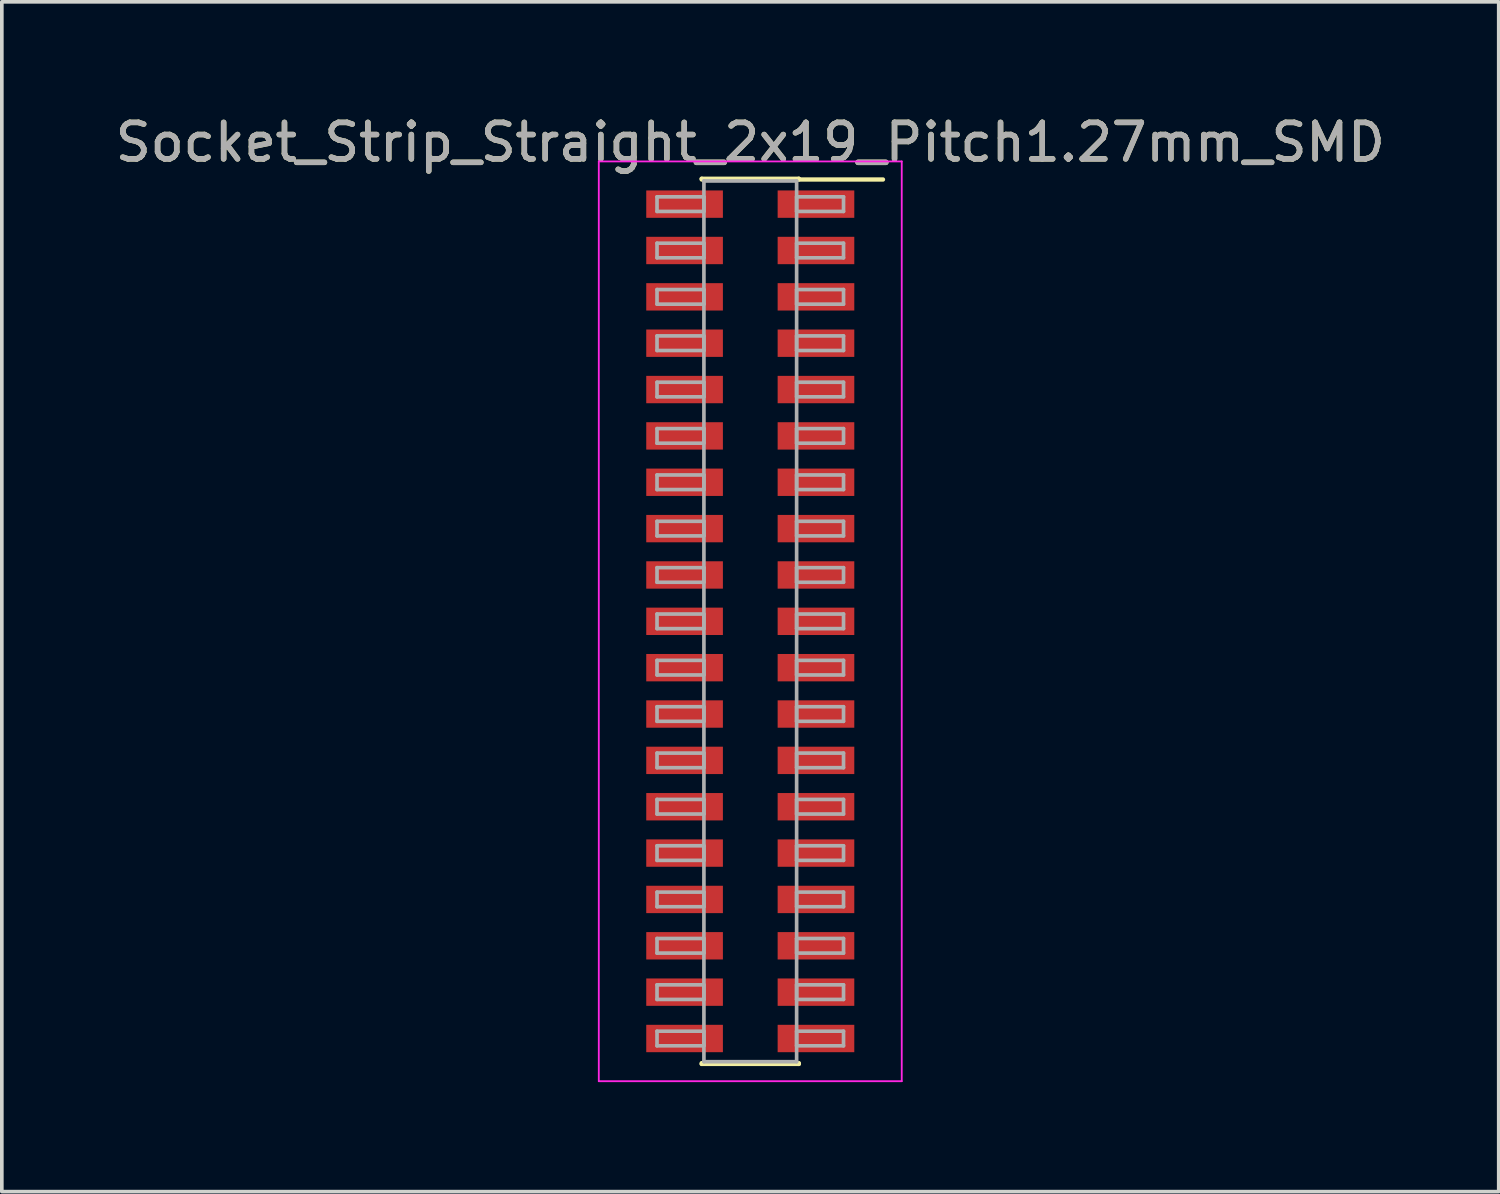
<source format=kicad_pcb>
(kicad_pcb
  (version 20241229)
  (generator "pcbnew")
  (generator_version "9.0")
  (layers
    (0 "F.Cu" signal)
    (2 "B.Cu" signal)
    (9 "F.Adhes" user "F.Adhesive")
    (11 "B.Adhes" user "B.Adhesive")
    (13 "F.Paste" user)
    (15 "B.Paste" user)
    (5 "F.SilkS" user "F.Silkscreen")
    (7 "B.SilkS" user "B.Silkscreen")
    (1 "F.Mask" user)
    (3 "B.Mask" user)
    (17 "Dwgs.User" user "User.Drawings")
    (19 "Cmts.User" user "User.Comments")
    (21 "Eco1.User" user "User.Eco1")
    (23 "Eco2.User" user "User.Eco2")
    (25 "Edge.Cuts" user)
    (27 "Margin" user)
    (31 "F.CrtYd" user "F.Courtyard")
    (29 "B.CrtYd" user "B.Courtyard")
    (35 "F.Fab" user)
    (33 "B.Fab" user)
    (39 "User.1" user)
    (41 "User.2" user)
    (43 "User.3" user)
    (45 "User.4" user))
  (footprint "Socket_Strip_Straight_2x19_Pitch1.27mm_SMD"
    (layer "F.Cu")
    (at 17.506 13.973)
    (property "Reference" "Socket_Strip_Straight_2x19_Pitch1.27mm_SMD" (at 0 -13.125 0) (layer "F.SilkS") (effects (font (size 1 1) (thickness 0.15))))
    (attr smd)
    (fp_line (start -1.33 -12.125) (end 1.33 -12.125) (stroke (width 0.12) (type solid)) (layer "F.SilkS"))
    (fp_line (start -1.33 -12.105) (end -1.33 -12.125) (stroke (width 0.12) (type solid)) (layer "F.SilkS"))
    (fp_line (start -1.33 12.105) (end -1.33 12.125) (stroke (width 0.12) (type solid)) (layer "F.SilkS"))
    (fp_line (start -1.33 12.125) (end 1.33 12.125) (stroke (width 0.12) (type solid)) (layer "F.SilkS"))
    (fp_line (start 1.33 -12.125) (end 1.33 -12.105) (stroke (width 0.12) (type solid)) (layer "F.SilkS"))
    (fp_line (start 1.33 12.125) (end 1.33 12.105) (stroke (width 0.12) (type solid)) (layer "F.SilkS"))
    (fp_line (start 3.635 -12.105) (end 1.33 -12.105) (stroke (width 0.12) (type solid)) (layer "F.SilkS"))
    (fp_line (start -4.15 -12.6) (end -4.15 12.6) (stroke (width 0.05) (type solid)) (layer "F.CrtYd"))
    (fp_line (start -4.15 12.6) (end 4.15 12.6) (stroke (width 0.05) (type solid)) (layer "F.CrtYd"))
    (fp_line (start 4.15 -12.6) (end -4.15 -12.6) (stroke (width 0.05) (type solid)) (layer "F.CrtYd"))
    (fp_line (start 4.15 12.6) (end 4.15 -12.6) (stroke (width 0.05) (type solid)) (layer "F.CrtYd"))
    (fp_line (start -2.555 -11.63) (end -1.27 -11.63) (stroke (width 0.1) (type solid)) (layer "F.Fab"))
    (fp_line (start -2.555 -11.23) (end -2.555 -11.63) (stroke (width 0.1) (type solid)) (layer "F.Fab"))
    (fp_line (start -2.555 -10.36) (end -1.27 -10.36) (stroke (width 0.1) (type solid)) (layer "F.Fab"))
    (fp_line (start -2.555 -9.96) (end -2.555 -10.36) (stroke (width 0.1) (type solid)) (layer "F.Fab"))
    (fp_line (start -2.555 -9.09) (end -1.27 -9.09) (stroke (width 0.1) (type solid)) (layer "F.Fab"))
    (fp_line (start -2.555 -8.69) (end -2.555 -9.09) (stroke (width 0.1) (type solid)) (layer "F.Fab"))
    (fp_line (start -2.555 -7.82) (end -1.27 -7.82) (stroke (width 0.1) (type solid)) (layer "F.Fab"))
    (fp_line (start -2.555 -7.42) (end -2.555 -7.82) (stroke (width 0.1) (type solid)) (layer "F.Fab"))
    (fp_line (start -2.555 -6.55) (end -1.27 -6.55) (stroke (width 0.1) (type solid)) (layer "F.Fab"))
    (fp_line (start -2.555 -6.15) (end -2.555 -6.55) (stroke (width 0.1) (type solid)) (layer "F.Fab"))
    (fp_line (start -2.555 -5.28) (end -1.27 -5.28) (stroke (width 0.1) (type solid)) (layer "F.Fab"))
    (fp_line (start -2.555 -4.88) (end -2.555 -5.28) (stroke (width 0.1) (type solid)) (layer "F.Fab"))
    (fp_line (start -2.555 -4.01) (end -1.27 -4.01) (stroke (width 0.1) (type solid)) (layer "F.Fab"))
    (fp_line (start -2.555 -3.61) (end -2.555 -4.01) (stroke (width 0.1) (type solid)) (layer "F.Fab"))
    (fp_line (start -2.555 -2.74) (end -1.27 -2.74) (stroke (width 0.1) (type solid)) (layer "F.Fab"))
    (fp_line (start -2.555 -2.34) (end -2.555 -2.74) (stroke (width 0.1) (type solid)) (layer "F.Fab"))
    (fp_line (start -2.555 -1.47) (end -1.27 -1.47) (stroke (width 0.1) (type solid)) (layer "F.Fab"))
    (fp_line (start -2.555 -1.07) (end -2.555 -1.47) (stroke (width 0.1) (type solid)) (layer "F.Fab"))
    (fp_line (start -2.555 -0.2) (end -1.27 -0.2) (stroke (width 0.1) (type solid)) (layer "F.Fab"))
    (fp_line (start -2.555 0.2) (end -2.555 -0.2) (stroke (width 0.1) (type solid)) (layer "F.Fab"))
    (fp_line (start -2.555 1.07) (end -1.27 1.07) (stroke (width 0.1) (type solid)) (layer "F.Fab"))
    (fp_line (start -2.555 1.47) (end -2.555 1.07) (stroke (width 0.1) (type solid)) (layer "F.Fab"))
    (fp_line (start -2.555 2.34) (end -1.27 2.34) (stroke (width 0.1) (type solid)) (layer "F.Fab"))
    (fp_line (start -2.555 2.74) (end -2.555 2.34) (stroke (width 0.1) (type solid)) (layer "F.Fab"))
    (fp_line (start -2.555 3.61) (end -1.27 3.61) (stroke (width 0.1) (type solid)) (layer "F.Fab"))
    (fp_line (start -2.555 4.01) (end -2.555 3.61) (stroke (width 0.1) (type solid)) (layer "F.Fab"))
    (fp_line (start -2.555 4.88) (end -1.27 4.88) (stroke (width 0.1) (type solid)) (layer "F.Fab"))
    (fp_line (start -2.555 5.28) (end -2.555 4.88) (stroke (width 0.1) (type solid)) (layer "F.Fab"))
    (fp_line (start -2.555 6.15) (end -1.27 6.15) (stroke (width 0.1) (type solid)) (layer "F.Fab"))
    (fp_line (start -2.555 6.55) (end -2.555 6.15) (stroke (width 0.1) (type solid)) (layer "F.Fab"))
    (fp_line (start -2.555 7.42) (end -1.27 7.42) (stroke (width 0.1) (type solid)) (layer "F.Fab"))
    (fp_line (start -2.555 7.82) (end -2.555 7.42) (stroke (width 0.1) (type solid)) (layer "F.Fab"))
    (fp_line (start -2.555 8.69) (end -1.27 8.69) (stroke (width 0.1) (type solid)) (layer "F.Fab"))
    (fp_line (start -2.555 9.09) (end -2.555 8.69) (stroke (width 0.1) (type solid)) (layer "F.Fab"))
    (fp_line (start -2.555 9.96) (end -1.27 9.96) (stroke (width 0.1) (type solid)) (layer "F.Fab"))
    (fp_line (start -2.555 10.36) (end -2.555 9.96) (stroke (width 0.1) (type solid)) (layer "F.Fab"))
    (fp_line (start -2.555 11.23) (end -1.27 11.23) (stroke (width 0.1) (type solid)) (layer "F.Fab"))
    (fp_line (start -2.555 11.63) (end -2.555 11.23) (stroke (width 0.1) (type solid)) (layer "F.Fab"))
    (fp_line (start -1.27 -12.065) (end -1.27 12.065) (stroke (width 0.1) (type solid)) (layer "F.Fab"))
    (fp_line (start -1.27 -11.63) (end -1.27 -11.23) (stroke (width 0.1) (type solid)) (layer "F.Fab"))
    (fp_line (start -1.27 -11.23) (end -2.555 -11.23) (stroke (width 0.1) (type solid)) (layer "F.Fab"))
    (fp_line (start -1.27 -10.36) (end -1.27 -9.96) (stroke (width 0.1) (type solid)) (layer "F.Fab"))
    (fp_line (start -1.27 -9.96) (end -2.555 -9.96) (stroke (width 0.1) (type solid)) (layer "F.Fab"))
    (fp_line (start -1.27 -9.09) (end -1.27 -8.69) (stroke (width 0.1) (type solid)) (layer "F.Fab"))
    (fp_line (start -1.27 -8.69) (end -2.555 -8.69) (stroke (width 0.1) (type solid)) (layer "F.Fab"))
    (fp_line (start -1.27 -7.82) (end -1.27 -7.42) (stroke (width 0.1) (type solid)) (layer "F.Fab"))
    (fp_line (start -1.27 -7.42) (end -2.555 -7.42) (stroke (width 0.1) (type solid)) (layer "F.Fab"))
    (fp_line (start -1.27 -6.55) (end -1.27 -6.15) (stroke (width 0.1) (type solid)) (layer "F.Fab"))
    (fp_line (start -1.27 -6.15) (end -2.555 -6.15) (stroke (width 0.1) (type solid)) (layer "F.Fab"))
    (fp_line (start -1.27 -5.28) (end -1.27 -4.88) (stroke (width 0.1) (type solid)) (layer "F.Fab"))
    (fp_line (start -1.27 -4.88) (end -2.555 -4.88) (stroke (width 0.1) (type solid)) (layer "F.Fab"))
    (fp_line (start -1.27 -4.01) (end -1.27 -3.61) (stroke (width 0.1) (type solid)) (layer "F.Fab"))
    (fp_line (start -1.27 -3.61) (end -2.555 -3.61) (stroke (width 0.1) (type solid)) (layer "F.Fab"))
    (fp_line (start -1.27 -2.74) (end -1.27 -2.34) (stroke (width 0.1) (type solid)) (layer "F.Fab"))
    (fp_line (start -1.27 -2.34) (end -2.555 -2.34) (stroke (width 0.1) (type solid)) (layer "F.Fab"))
    (fp_line (start -1.27 -1.47) (end -1.27 -1.07) (stroke (width 0.1) (type solid)) (layer "F.Fab"))
    (fp_line (start -1.27 -1.07) (end -2.555 -1.07) (stroke (width 0.1) (type solid)) (layer "F.Fab"))
    (fp_line (start -1.27 -0.2) (end -1.27 0.2) (stroke (width 0.1) (type solid)) (layer "F.Fab"))
    (fp_line (start -1.27 0.2) (end -2.555 0.2) (stroke (width 0.1) (type solid)) (layer "F.Fab"))
    (fp_line (start -1.27 1.07) (end -1.27 1.47) (stroke (width 0.1) (type solid)) (layer "F.Fab"))
    (fp_line (start -1.27 1.47) (end -2.555 1.47) (stroke (width 0.1) (type solid)) (layer "F.Fab"))
    (fp_line (start -1.27 2.34) (end -1.27 2.74) (stroke (width 0.1) (type solid)) (layer "F.Fab"))
    (fp_line (start -1.27 2.74) (end -2.555 2.74) (stroke (width 0.1) (type solid)) (layer "F.Fab"))
    (fp_line (start -1.27 3.61) (end -1.27 4.01) (stroke (width 0.1) (type solid)) (layer "F.Fab"))
    (fp_line (start -1.27 4.01) (end -2.555 4.01) (stroke (width 0.1) (type solid)) (layer "F.Fab"))
    (fp_line (start -1.27 4.88) (end -1.27 5.28) (stroke (width 0.1) (type solid)) (layer "F.Fab"))
    (fp_line (start -1.27 5.28) (end -2.555 5.28) (stroke (width 0.1) (type solid)) (layer "F.Fab"))
    (fp_line (start -1.27 6.15) (end -1.27 6.55) (stroke (width 0.1) (type solid)) (layer "F.Fab"))
    (fp_line (start -1.27 6.55) (end -2.555 6.55) (stroke (width 0.1) (type solid)) (layer "F.Fab"))
    (fp_line (start -1.27 7.42) (end -1.27 7.82) (stroke (width 0.1) (type solid)) (layer "F.Fab"))
    (fp_line (start -1.27 7.82) (end -2.555 7.82) (stroke (width 0.1) (type solid)) (layer "F.Fab"))
    (fp_line (start -1.27 8.69) (end -1.27 9.09) (stroke (width 0.1) (type solid)) (layer "F.Fab"))
    (fp_line (start -1.27 9.09) (end -2.555 9.09) (stroke (width 0.1) (type solid)) (layer "F.Fab"))
    (fp_line (start -1.27 9.96) (end -1.27 10.36) (stroke (width 0.1) (type solid)) (layer "F.Fab"))
    (fp_line (start -1.27 10.36) (end -2.555 10.36) (stroke (width 0.1) (type solid)) (layer "F.Fab"))
    (fp_line (start -1.27 11.23) (end -1.27 11.63) (stroke (width 0.1) (type solid)) (layer "F.Fab"))
    (fp_line (start -1.27 11.63) (end -2.555 11.63) (stroke (width 0.1) (type solid)) (layer "F.Fab"))
    (fp_line (start -1.27 12.065) (end 1.27 12.065) (stroke (width 0.1) (type solid)) (layer "F.Fab"))
    (fp_line (start 1.27 -12.065) (end -1.27 -12.065) (stroke (width 0.1) (type solid)) (layer "F.Fab"))
    (fp_line (start 1.27 -11.63) (end 1.27 -11.23) (stroke (width 0.1) (type solid)) (layer "F.Fab"))
    (fp_line (start 1.27 -11.23) (end 2.555 -11.23) (stroke (width 0.1) (type solid)) (layer "F.Fab"))
    (fp_line (start 1.27 -10.36) (end 1.27 -9.96) (stroke (width 0.1) (type solid)) (layer "F.Fab"))
    (fp_line (start 1.27 -9.96) (end 2.555 -9.96) (stroke (width 0.1) (type solid)) (layer "F.Fab"))
    (fp_line (start 1.27 -9.09) (end 1.27 -8.69) (stroke (width 0.1) (type solid)) (layer "F.Fab"))
    (fp_line (start 1.27 -8.69) (end 2.555 -8.69) (stroke (width 0.1) (type solid)) (layer "F.Fab"))
    (fp_line (start 1.27 -7.82) (end 1.27 -7.42) (stroke (width 0.1) (type solid)) (layer "F.Fab"))
    (fp_line (start 1.27 -7.42) (end 2.555 -7.42) (stroke (width 0.1) (type solid)) (layer "F.Fab"))
    (fp_line (start 1.27 -6.55) (end 1.27 -6.15) (stroke (width 0.1) (type solid)) (layer "F.Fab"))
    (fp_line (start 1.27 -6.15) (end 2.555 -6.15) (stroke (width 0.1) (type solid)) (layer "F.Fab"))
    (fp_line (start 1.27 -5.28) (end 1.27 -4.88) (stroke (width 0.1) (type solid)) (layer "F.Fab"))
    (fp_line (start 1.27 -4.88) (end 2.555 -4.88) (stroke (width 0.1) (type solid)) (layer "F.Fab"))
    (fp_line (start 1.27 -4.01) (end 1.27 -3.61) (stroke (width 0.1) (type solid)) (layer "F.Fab"))
    (fp_line (start 1.27 -3.61) (end 2.555 -3.61) (stroke (width 0.1) (type solid)) (layer "F.Fab"))
    (fp_line (start 1.27 -2.74) (end 1.27 -2.34) (stroke (width 0.1) (type solid)) (layer "F.Fab"))
    (fp_line (start 1.27 -2.34) (end 2.555 -2.34) (stroke (width 0.1) (type solid)) (layer "F.Fab"))
    (fp_line (start 1.27 -1.47) (end 1.27 -1.07) (stroke (width 0.1) (type solid)) (layer "F.Fab"))
    (fp_line (start 1.27 -1.07) (end 2.555 -1.07) (stroke (width 0.1) (type solid)) (layer "F.Fab"))
    (fp_line (start 1.27 -0.2) (end 1.27 0.2) (stroke (width 0.1) (type solid)) (layer "F.Fab"))
    (fp_line (start 1.27 0.2) (end 2.555 0.2) (stroke (width 0.1) (type solid)) (layer "F.Fab"))
    (fp_line (start 1.27 1.07) (end 1.27 1.47) (stroke (width 0.1) (type solid)) (layer "F.Fab"))
    (fp_line (start 1.27 1.47) (end 2.555 1.47) (stroke (width 0.1) (type solid)) (layer "F.Fab"))
    (fp_line (start 1.27 2.34) (end 1.27 2.74) (stroke (width 0.1) (type solid)) (layer "F.Fab"))
    (fp_line (start 1.27 2.74) (end 2.555 2.74) (stroke (width 0.1) (type solid)) (layer "F.Fab"))
    (fp_line (start 1.27 3.61) (end 1.27 4.01) (stroke (width 0.1) (type solid)) (layer "F.Fab"))
    (fp_line (start 1.27 4.01) (end 2.555 4.01) (stroke (width 0.1) (type solid)) (layer "F.Fab"))
    (fp_line (start 1.27 4.88) (end 1.27 5.28) (stroke (width 0.1) (type solid)) (layer "F.Fab"))
    (fp_line (start 1.27 5.28) (end 2.555 5.28) (stroke (width 0.1) (type solid)) (layer "F.Fab"))
    (fp_line (start 1.27 6.15) (end 1.27 6.55) (stroke (width 0.1) (type solid)) (layer "F.Fab"))
    (fp_line (start 1.27 6.55) (end 2.555 6.55) (stroke (width 0.1) (type solid)) (layer "F.Fab"))
    (fp_line (start 1.27 7.42) (end 1.27 7.82) (stroke (width 0.1) (type solid)) (layer "F.Fab"))
    (fp_line (start 1.27 7.82) (end 2.555 7.82) (stroke (width 0.1) (type solid)) (layer "F.Fab"))
    (fp_line (start 1.27 8.69) (end 1.27 9.09) (stroke (width 0.1) (type solid)) (layer "F.Fab"))
    (fp_line (start 1.27 9.09) (end 2.555 9.09) (stroke (width 0.1) (type solid)) (layer "F.Fab"))
    (fp_line (start 1.27 9.96) (end 1.27 10.36) (stroke (width 0.1) (type solid)) (layer "F.Fab"))
    (fp_line (start 1.27 10.36) (end 2.555 10.36) (stroke (width 0.1) (type solid)) (layer "F.Fab"))
    (fp_line (start 1.27 11.23) (end 1.27 11.63) (stroke (width 0.1) (type solid)) (layer "F.Fab"))
    (fp_line (start 1.27 11.63) (end 2.555 11.63) (stroke (width 0.1) (type solid)) (layer "F.Fab"))
    (fp_line (start 1.27 12.065) (end 1.27 -12.065) (stroke (width 0.1) (type solid)) (layer "F.Fab"))
    (fp_line (start 2.555 -11.63) (end 1.27 -11.63) (stroke (width 0.1) (type solid)) (layer "F.Fab"))
    (fp_line (start 2.555 -11.23) (end 2.555 -11.63) (stroke (width 0.1) (type solid)) (layer "F.Fab"))
    (fp_line (start 2.555 -10.36) (end 1.27 -10.36) (stroke (width 0.1) (type solid)) (layer "F.Fab"))
    (fp_line (start 2.555 -9.96) (end 2.555 -10.36) (stroke (width 0.1) (type solid)) (layer "F.Fab"))
    (fp_line (start 2.555 -9.09) (end 1.27 -9.09) (stroke (width 0.1) (type solid)) (layer "F.Fab"))
    (fp_line (start 2.555 -8.69) (end 2.555 -9.09) (stroke (width 0.1) (type solid)) (layer "F.Fab"))
    (fp_line (start 2.555 -7.82) (end 1.27 -7.82) (stroke (width 0.1) (type solid)) (layer "F.Fab"))
    (fp_line (start 2.555 -7.42) (end 2.555 -7.82) (stroke (width 0.1) (type solid)) (layer "F.Fab"))
    (fp_line (start 2.555 -6.55) (end 1.27 -6.55) (stroke (width 0.1) (type solid)) (layer "F.Fab"))
    (fp_line (start 2.555 -6.15) (end 2.555 -6.55) (stroke (width 0.1) (type solid)) (layer "F.Fab"))
    (fp_line (start 2.555 -5.28) (end 1.27 -5.28) (stroke (width 0.1) (type solid)) (layer "F.Fab"))
    (fp_line (start 2.555 -4.88) (end 2.555 -5.28) (stroke (width 0.1) (type solid)) (layer "F.Fab"))
    (fp_line (start 2.555 -4.01) (end 1.27 -4.01) (stroke (width 0.1) (type solid)) (layer "F.Fab"))
    (fp_line (start 2.555 -3.61) (end 2.555 -4.01) (stroke (width 0.1) (type solid)) (layer "F.Fab"))
    (fp_line (start 2.555 -2.74) (end 1.27 -2.74) (stroke (width 0.1) (type solid)) (layer "F.Fab"))
    (fp_line (start 2.555 -2.34) (end 2.555 -2.74) (stroke (width 0.1) (type solid)) (layer "F.Fab"))
    (fp_line (start 2.555 -1.47) (end 1.27 -1.47) (stroke (width 0.1) (type solid)) (layer "F.Fab"))
    (fp_line (start 2.555 -1.07) (end 2.555 -1.47) (stroke (width 0.1) (type solid)) (layer "F.Fab"))
    (fp_line (start 2.555 -0.2) (end 1.27 -0.2) (stroke (width 0.1) (type solid)) (layer "F.Fab"))
    (fp_line (start 2.555 0.2) (end 2.555 -0.2) (stroke (width 0.1) (type solid)) (layer "F.Fab"))
    (fp_line (start 2.555 1.07) (end 1.27 1.07) (stroke (width 0.1) (type solid)) (layer "F.Fab"))
    (fp_line (start 2.555 1.47) (end 2.555 1.07) (stroke (width 0.1) (type solid)) (layer "F.Fab"))
    (fp_line (start 2.555 2.34) (end 1.27 2.34) (stroke (width 0.1) (type solid)) (layer "F.Fab"))
    (fp_line (start 2.555 2.74) (end 2.555 2.34) (stroke (width 0.1) (type solid)) (layer "F.Fab"))
    (fp_line (start 2.555 3.61) (end 1.27 3.61) (stroke (width 0.1) (type solid)) (layer "F.Fab"))
    (fp_line (start 2.555 4.01) (end 2.555 3.61) (stroke (width 0.1) (type solid)) (layer "F.Fab"))
    (fp_line (start 2.555 4.88) (end 1.27 4.88) (stroke (width 0.1) (type solid)) (layer "F.Fab"))
    (fp_line (start 2.555 5.28) (end 2.555 4.88) (stroke (width 0.1) (type solid)) (layer "F.Fab"))
    (fp_line (start 2.555 6.15) (end 1.27 6.15) (stroke (width 0.1) (type solid)) (layer "F.Fab"))
    (fp_line (start 2.555 6.55) (end 2.555 6.15) (stroke (width 0.1) (type solid)) (layer "F.Fab"))
    (fp_line (start 2.555 7.42) (end 1.27 7.42) (stroke (width 0.1) (type solid)) (layer "F.Fab"))
    (fp_line (start 2.555 7.82) (end 2.555 7.42) (stroke (width 0.1) (type solid)) (layer "F.Fab"))
    (fp_line (start 2.555 8.69) (end 1.27 8.69) (stroke (width 0.1) (type solid)) (layer "F.Fab"))
    (fp_line (start 2.555 9.09) (end 2.555 8.69) (stroke (width 0.1) (type solid)) (layer "F.Fab"))
    (fp_line (start 2.555 9.96) (end 1.27 9.96) (stroke (width 0.1) (type solid)) (layer "F.Fab"))
    (fp_line (start 2.555 10.36) (end 2.555 9.96) (stroke (width 0.1) (type solid)) (layer "F.Fab"))
    (fp_line (start 2.555 11.23) (end 1.27 11.23) (stroke (width 0.1) (type solid)) (layer "F.Fab"))
    (fp_line (start 2.555 11.63) (end 2.555 11.23) (stroke (width 0.1) (type solid)) (layer "F.Fab"))
    (fp_text user "${REFERENCE}" (at 0 -13.125 0) (layer "F.Fab") (effects (font (size 1 1) (thickness 0.15))))
    (pad "1" smd rect (at 1.8 -11.43) (size 2.1 0.75) (layers "F.Cu" "F.Mask" "F.Paste"))
    (pad "2" smd rect (at -1.8 -11.43) (size 2.1 0.75) (layers "F.Cu" "F.Mask" "F.Paste"))
    (pad "3" smd rect (at 1.8 -10.16) (size 2.1 0.75) (layers "F.Cu" "F.Mask" "F.Paste"))
    (pad "4" smd rect (at -1.8 -10.16) (size 2.1 0.75) (layers "F.Cu" "F.Mask" "F.Paste"))
    (pad "5" smd rect (at 1.8 -8.89) (size 2.1 0.75) (layers "F.Cu" "F.Mask" "F.Paste"))
    (pad "6" smd rect (at -1.8 -8.89) (size 2.1 0.75) (layers "F.Cu" "F.Mask" "F.Paste"))
    (pad "7" smd rect (at 1.8 -7.62) (size 2.1 0.75) (layers "F.Cu" "F.Mask" "F.Paste"))
    (pad "8" smd rect (at -1.8 -7.62) (size 2.1 0.75) (layers "F.Cu" "F.Mask" "F.Paste"))
    (pad "9" smd rect (at 1.8 -6.35) (size 2.1 0.75) (layers "F.Cu" "F.Mask" "F.Paste"))
    (pad "10" smd rect (at -1.8 -6.35) (size 2.1 0.75) (layers "F.Cu" "F.Mask" "F.Paste"))
    (pad "11" smd rect (at 1.8 -5.08) (size 2.1 0.75) (layers "F.Cu" "F.Mask" "F.Paste"))
    (pad "12" smd rect (at -1.8 -5.08) (size 2.1 0.75) (layers "F.Cu" "F.Mask" "F.Paste"))
    (pad "13" smd rect (at 1.8 -3.81) (size 2.1 0.75) (layers "F.Cu" "F.Mask" "F.Paste"))
    (pad "14" smd rect (at -1.8 -3.81) (size 2.1 0.75) (layers "F.Cu" "F.Mask" "F.Paste"))
    (pad "15" smd rect (at 1.8 -2.54) (size 2.1 0.75) (layers "F.Cu" "F.Mask" "F.Paste"))
    (pad "16" smd rect (at -1.8 -2.54) (size 2.1 0.75) (layers "F.Cu" "F.Mask" "F.Paste"))
    (pad "17" smd rect (at 1.8 -1.27) (size 2.1 0.75) (layers "F.Cu" "F.Mask" "F.Paste"))
    (pad "18" smd rect (at -1.8 -1.27) (size 2.1 0.75) (layers "F.Cu" "F.Mask" "F.Paste"))
    (pad "19" smd rect (at 1.8 0) (size 2.1 0.75) (layers "F.Cu" "F.Mask" "F.Paste"))
    (pad "20" smd rect (at -1.8 0) (size 2.1 0.75) (layers "F.Cu" "F.Mask" "F.Paste"))
    (pad "21" smd rect (at 1.8 1.27) (size 2.1 0.75) (layers "F.Cu" "F.Mask" "F.Paste"))
    (pad "22" smd rect (at -1.8 1.27) (size 2.1 0.75) (layers "F.Cu" "F.Mask" "F.Paste"))
    (pad "23" smd rect (at 1.8 2.54) (size 2.1 0.75) (layers "F.Cu" "F.Mask" "F.Paste"))
    (pad "24" smd rect (at -1.8 2.54) (size 2.1 0.75) (layers "F.Cu" "F.Mask" "F.Paste"))
    (pad "25" smd rect (at 1.8 3.81) (size 2.1 0.75) (layers "F.Cu" "F.Mask" "F.Paste"))
    (pad "26" smd rect (at -1.8 3.81) (size 2.1 0.75) (layers "F.Cu" "F.Mask" "F.Paste"))
    (pad "27" smd rect (at 1.8 5.08) (size 2.1 0.75) (layers "F.Cu" "F.Mask" "F.Paste"))
    (pad "28" smd rect (at -1.8 5.08) (size 2.1 0.75) (layers "F.Cu" "F.Mask" "F.Paste"))
    (pad "29" smd rect (at 1.8 6.35) (size 2.1 0.75) (layers "F.Cu" "F.Mask" "F.Paste"))
    (pad "30" smd rect (at -1.8 6.35) (size 2.1 0.75) (layers "F.Cu" "F.Mask" "F.Paste"))
    (pad "31" smd rect (at 1.8 7.62) (size 2.1 0.75) (layers "F.Cu" "F.Mask" "F.Paste"))
    (pad "32" smd rect (at -1.8 7.62) (size 2.1 0.75) (layers "F.Cu" "F.Mask" "F.Paste"))
    (pad "33" smd rect (at 1.8 8.89) (size 2.1 0.75) (layers "F.Cu" "F.Mask" "F.Paste"))
    (pad "34" smd rect (at -1.8 8.89) (size 2.1 0.75) (layers "F.Cu" "F.Mask" "F.Paste"))
    (pad "35" smd rect (at 1.8 10.16) (size 2.1 0.75) (layers "F.Cu" "F.Mask" "F.Paste"))
    (pad "36" smd rect (at -1.8 10.16) (size 2.1 0.75) (layers "F.Cu" "F.Mask" "F.Paste"))
    (pad "37" smd rect (at 1.8 11.43) (size 2.1 0.75) (layers "F.Cu" "F.Mask" "F.Paste"))
    (pad "38" smd rect (at -1.8 11.43) (size 2.1 0.75) (layers "F.Cu" "F.Mask" "F.Paste")))
  (gr_rect
    (start -3 -3)
    (end 38.012 29.598)
    (stroke (width 0.1) (type default))
    (fill no)
    (layer "Edge.Cuts")))
</source>
